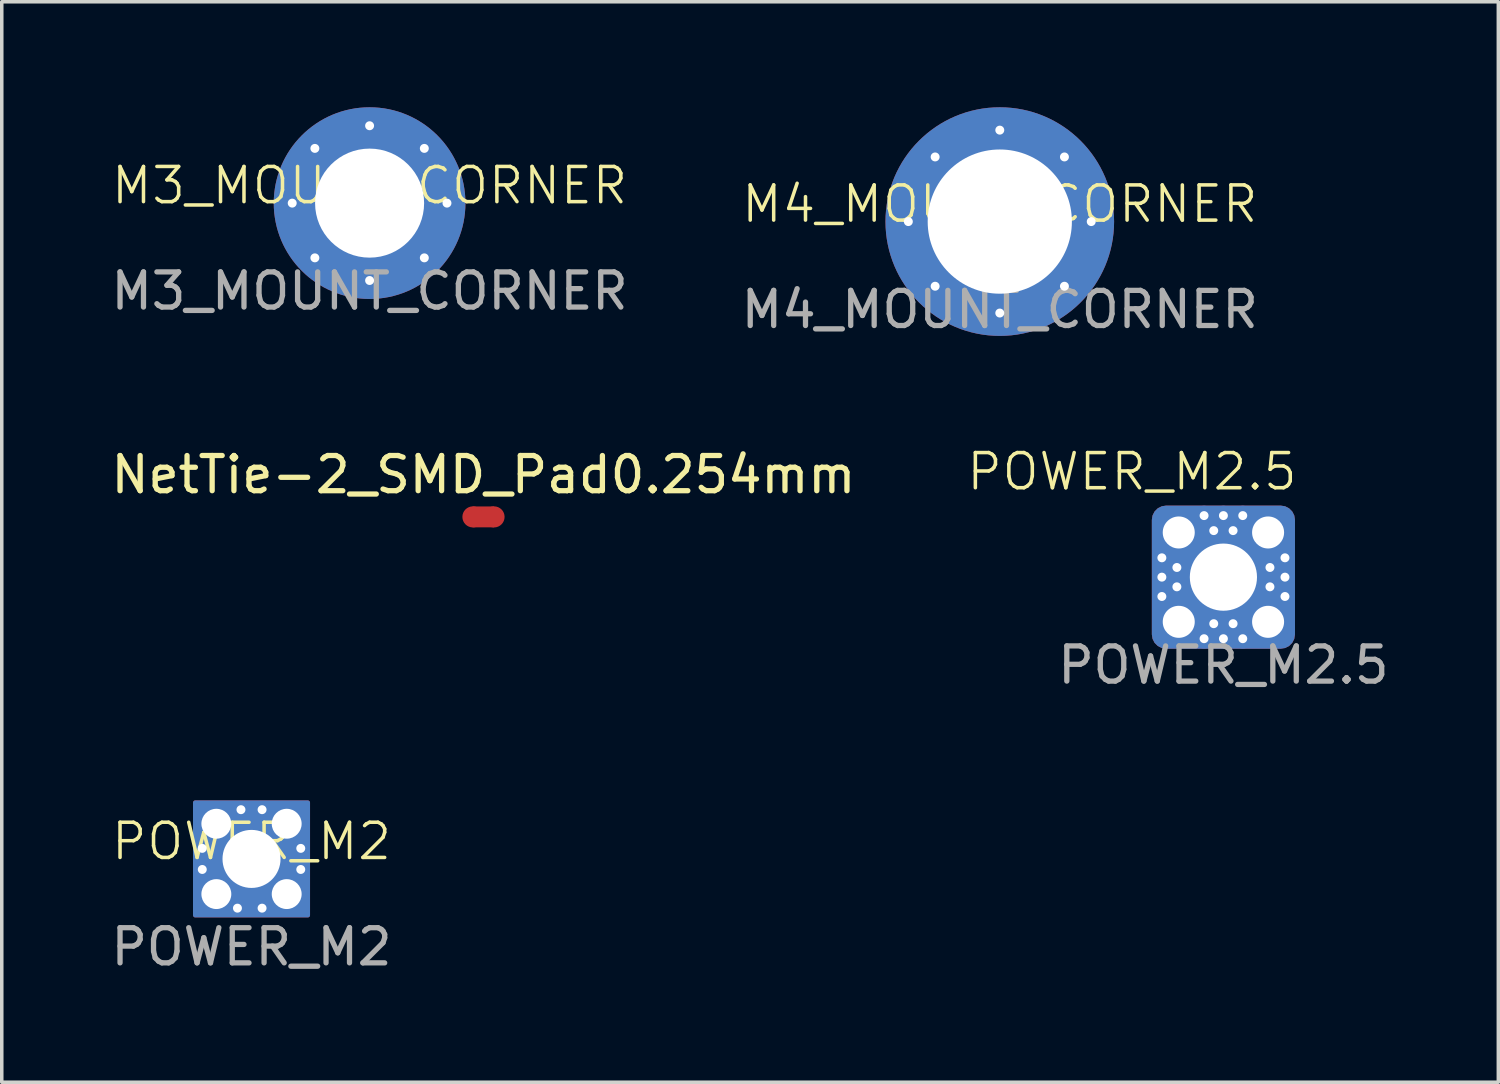
<source format=kicad_pcb>
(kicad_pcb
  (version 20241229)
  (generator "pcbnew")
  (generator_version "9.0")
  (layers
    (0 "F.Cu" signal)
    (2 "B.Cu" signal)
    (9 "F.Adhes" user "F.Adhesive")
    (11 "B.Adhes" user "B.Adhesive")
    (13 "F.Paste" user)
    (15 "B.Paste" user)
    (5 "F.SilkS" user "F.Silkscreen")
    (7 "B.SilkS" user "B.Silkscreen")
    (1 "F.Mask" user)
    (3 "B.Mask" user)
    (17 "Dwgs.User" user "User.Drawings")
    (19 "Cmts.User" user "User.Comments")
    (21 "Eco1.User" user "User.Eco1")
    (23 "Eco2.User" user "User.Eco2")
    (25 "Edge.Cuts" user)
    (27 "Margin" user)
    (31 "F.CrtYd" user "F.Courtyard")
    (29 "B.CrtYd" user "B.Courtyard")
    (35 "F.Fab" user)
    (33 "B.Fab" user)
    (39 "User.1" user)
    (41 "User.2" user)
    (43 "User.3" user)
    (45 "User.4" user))
  (footprint "POWER_M2.5"
    (layer "F.Cu")
    (at 31.733 13.359)
    (property "Reference" "POWER_M2.5" (at -2.6 -3 0) (unlocked yes) (layer "F.SilkS") (effects (font (size 1 1) (thickness 0.1))))
    (attr through_hole)
    (fp_text user "${REFERENCE}" (at 0 2.5 0) (unlocked yes) (layer "F.Fab") (effects (font (size 1 1) (thickness 0.15))))
    (pad "1" thru_hole circle (at -1.75 -0.55) (size 0.559 0.559) (drill 0.254) (layers "*.Cu" "*.Mask"))
    (pad "1" thru_hole circle (at -1.75 0) (size 0.559 0.559) (drill 0.254) (layers "*.Cu" "*.Mask"))
    (pad "1" thru_hole circle (at -1.75 0.55) (size 0.559 0.559) (drill 0.254) (layers "*.Cu" "*.Mask"))
    (pad "1" thru_hole circle (at -1.323 -0.275) (size 0.559 0.559) (drill 0.254) (layers "*.Cu" "*.Mask"))
    (pad "1" thru_hole circle (at -1.323 0.275) (size 0.559 0.559) (drill 0.254) (layers "*.Cu" "*.Mask"))
    (pad "1" thru_hole circle (at -1.27 -1.27) (size 1.255 1.255) (drill 0.91) (layers "*.Cu" "*.Mask"))
    (pad "1" thru_hole circle (at -1.27 1.27) (size 1.255 1.255) (drill 0.91) (layers "*.Cu" "*.Mask"))
    (pad "1" thru_hole circle (at -0.55 -1.75) (size 0.559 0.559) (drill 0.254) (layers "*.Cu" "*.Mask"))
    (pad "1" thru_hole circle (at -0.55 1.75) (size 0.559 0.559) (drill 0.254) (layers "*.Cu" "*.Mask"))
    (pad "1" thru_hole circle (at -0.275 -1.323) (size 0.559 0.559) (drill 0.254) (layers "*.Cu" "*.Mask"))
    (pad "1" thru_hole circle (at -0.275 1.323) (size 0.559 0.559) (drill 0.254) (layers "*.Cu" "*.Mask"))
    (pad "1" thru_hole circle (at 0 -1.75) (size 0.559 0.559) (drill 0.254) (layers "*.Cu" "*.Mask"))
    (pad "1" thru_hole roundrect (at 0 0) (size 4.07 4.07) (drill 1.91) (layers "*.Cu" "*.Mask") (roundrect_rratio 0.1))
    (pad "1" thru_hole circle (at 0 1.75) (size 0.559 0.559) (drill 0.254) (layers "*.Cu" "*.Mask"))
    (pad "1" thru_hole circle (at 0.275 -1.323) (size 0.559 0.559) (drill 0.254) (layers "*.Cu" "*.Mask"))
    (pad "1" thru_hole circle (at 0.275 1.323) (size 0.559 0.559) (drill 0.254) (layers "*.Cu" "*.Mask"))
    (pad "1" thru_hole circle (at 0.55 -1.75) (size 0.559 0.559) (drill 0.254) (layers "*.Cu" "*.Mask"))
    (pad "1" thru_hole circle (at 0.55 1.75) (size 0.559 0.559) (drill 0.254) (layers "*.Cu" "*.Mask"))
    (pad "1" thru_hole circle (at 1.27 -1.27) (size 1.255 1.255) (drill 0.91) (layers "*.Cu" "*.Mask"))
    (pad "1" thru_hole circle (at 1.27 1.27) (size 1.255 1.255) (drill 0.91) (layers "*.Cu" "*.Mask"))
    (pad "1" thru_hole circle (at 1.323 -0.275) (size 0.559 0.559) (drill 0.254) (layers "*.Cu" "*.Mask"))
    (pad "1" thru_hole circle (at 1.323 0.275) (size 0.559 0.559) (drill 0.254) (layers "*.Cu" "*.Mask"))
    (pad "1" thru_hole circle (at 1.75 -0.55) (size 0.559 0.559) (drill 0.254) (layers "*.Cu" "*.Mask"))
    (pad "1" thru_hole circle (at 1.75 0) (size 0.559 0.559) (drill 0.254) (layers "*.Cu" "*.Mask"))
    (pad "1" thru_hole circle (at 1.75 0.55) (size 0.559 0.559) (drill 0.254) (layers "*.Cu" "*.Mask")))
  (footprint "NetTie-2_SMD_Pad0.254mm"
    (layer "F.Cu")
    (at 10.696 11.646)
    (property "Reference" "NetTie-2_SMD_Pad0.254mm" (at 0 -1.2 0) (layer "F.SilkS") (effects (font (size 1 1) (thickness 0.15))))
    (attr exclude_from_pos_files exclude_from_bom)
    (fp_poly (pts (xy -0.31 -0.297) (xy 0.3 -0.297) (xy 0.3 0.297) (xy -0.31 0.297)) (stroke (width 0) (type solid)) (fill yes) (layer "F.Cu"))
    (pad "1" smd circle (at -0.3 0) (size 0.6 0.6) (layers "F.Cu"))
    (pad "2" smd circle (at 0.3 0) (size 0.6 0.6) (layers "F.Cu")))
  (footprint "M4_MOUNT_CORNER"
    (layer "F.Cu")
    (at 25.375 3.25)
    (property "Reference" "M4_MOUNT_CORNER" (at 0 -0.5 0) (unlocked yes) (layer "F.SilkS") (effects (font (size 1 1) (thickness 0.1))))
    (attr through_hole)
    (fp_text user "${REFERENCE}" (at 0 2.5 0) (unlocked yes) (layer "F.Fab") (effects (font (size 1 1) (thickness 0.15))))
    (pad "1" thru_hole circle (at -2.6 0) (size 0.458 0.458) (drill 0.254) (layers "*.Cu" "*.Mask"))
    (pad "1" thru_hole circle (at -1.838 -1.838) (size 0.458 0.458) (drill 0.254) (layers "*.Cu" "*.Mask"))
    (pad "1" thru_hole circle (at -1.838 1.838) (size 0.458 0.458) (drill 0.254) (layers "*.Cu" "*.Mask"))
    (pad "1" thru_hole circle (at 0 -2.6) (size 0.458 0.458) (drill 0.254) (layers "*.Cu" "*.Mask"))
    (pad "1" thru_hole circle (at 0 0) (size 6.5 6.5) (drill 4.1) (layers "*.Cu" "*.Mask"))
    (pad "1" thru_hole circle (at 0 2.6) (size 0.458 0.458) (drill 0.254) (layers "*.Cu" "*.Mask"))
    (pad "1" thru_hole circle (at 1.838 -1.838) (size 0.458 0.458) (drill 0.254) (layers "*.Cu" "*.Mask"))
    (pad "1" thru_hole circle (at 1.838 1.838) (size 0.458 0.458) (drill 0.254) (layers "*.Cu" "*.Mask"))
    (pad "1" thru_hole circle (at 2.6 0) (size 0.458 0.458) (drill 0.254) (layers "*.Cu" "*.Mask")))
  (footprint "POWER_M2"
    (layer "F.Cu")
    (at 4.101 21.37)
    (property "Reference" "POWER_M2" (at 0 -0.5 0) (unlocked yes) (layer "F.SilkS") (effects (font (size 1 1) (thickness 0.1))))
    (attr through_hole)
    (fp_rect (start -1.6 -1.6) (end 1.6 1.6) (stroke (width 0.127) (type solid)) (fill yes) (layer "F.Cu"))
    (fp_rect (start -1.6 -1.6) (end 1.6 1.6) (stroke (width 0.127) (type solid)) (fill yes) (layer "F.Mask"))
    (fp_rect (start -1.6 -1.6) (end 1.6 1.6) (stroke (width 0.127) (type solid)) (fill yes) (layer "B.Cu"))
    (fp_rect (start -1.6 -1.6) (end 1.6 1.6) (stroke (width 0.127) (type solid)) (fill yes) (layer "B.Mask"))
    (fp_rect (start -1.6 -1.6) (end 1.6 1.6) (stroke (width 0.127) (type solid)) (fill yes) (layer "In1.Cu"))
    (fp_rect (start -1.6 -1.6) (end 1.6 1.6) (stroke (width 0.127) (type solid)) (fill yes) (layer "In2.Cu"))
    (fp_text user "${REFERENCE}" (at 0 2.5 0) (unlocked yes) (layer "F.Fab") (effects (font (size 1 1) (thickness 0.15))))
    (pad "1" thru_hole circle (at 0 0) (size 2.7 2.7) (drill 1.65) (layers "*.Cu" "*.Mask"))
    (pad "2" thru_hole circle (at -1 -1) (size 1.2 1.2) (drill 0.85) (layers "*.Cu" "*.Mask"))
    (pad "3" thru_hole circle (at 1 -1) (size 1.2 1.2) (drill 0.85) (layers "*.Cu" "*.Mask"))
    (pad "4" thru_hole circle (at 1 1) (size 1.2 1.2) (drill 0.85) (layers "*.Cu" "*.Mask"))
    (pad "5" thru_hole circle (at -1 1) (size 1.2 1.2) (drill 0.85) (layers "*.Cu" "*.Mask"))
    (pad "6" thru_hole circle (at -0.3 -1.4) (size 0.4 0.4) (drill 0.254) (layers "*.Cu" "*.Mask"))
    (pad "7" thru_hole circle (at 0.3 -1.4) (size 0.4 0.4) (drill 0.254) (layers "*.Cu" "*.Mask"))
    (pad "8" thru_hole circle (at 1.4 -0.3) (size 0.4 0.4) (drill 0.254) (layers "*.Cu" "*.Mask"))
    (pad "9" thru_hole circle (at 1.4 0.3) (size 0.4 0.4) (drill 0.254) (layers "*.Cu" "*.Mask"))
    (pad "10" thru_hole circle (at -0.4 1.4) (size 0.4 0.4) (drill 0.254) (layers "*.Cu" "*.Mask"))
    (pad "11" thru_hole circle (at 0.3 1.4) (size 0.4 0.4) (drill 0.254) (layers "*.Cu" "*.Mask"))
    (pad "12" thru_hole circle (at -1.4 -0.3) (size 0.4 0.4) (drill 0.254) (layers "*.Cu" "*.Mask"))
    (pad "13" thru_hole circle (at -1.4 0.3) (size 0.4 0.4) (drill 0.254) (layers "*.Cu" "*.Mask")))
  (footprint "M3_MOUNT_CORNER"
    (layer "F.Cu")
    (at 7.458 2.725)
    (property "Reference" "M3_MOUNT_CORNER" (at 0 -0.5 0) (unlocked yes) (layer "F.SilkS") (effects (font (size 1 1) (thickness 0.1))))
    (attr through_hole)
    (fp_text user "${REFERENCE}" (at 0 2.5 0) (unlocked yes) (layer "F.Fab") (effects (font (size 1 1) (thickness 0.15))))
    (pad "1" thru_hole circle (at -2.2 0) (size 0.458 0.458) (drill 0.254) (layers "*.Cu" "*.Mask"))
    (pad "1" thru_hole circle (at -1.556 -1.556) (size 0.458 0.458) (drill 0.254) (layers "*.Cu" "*.Mask"))
    (pad "1" thru_hole circle (at -1.556 1.556) (size 0.458 0.458) (drill 0.254) (layers "*.Cu" "*.Mask"))
    (pad "1" thru_hole circle (at 0 -2.2) (size 0.458 0.458) (drill 0.254) (layers "*.Cu" "*.Mask"))
    (pad "1" thru_hole circle (at 0 0) (size 5.45 5.45) (drill 3.1) (layers "*.Cu" "*.Mask"))
    (pad "1" thru_hole circle (at 0 2.2) (size 0.458 0.458) (drill 0.254) (layers "*.Cu" "*.Mask"))
    (pad "1" thru_hole circle (at 1.556 -1.556) (size 0.458 0.458) (drill 0.254) (layers "*.Cu" "*.Mask"))
    (pad "1" thru_hole circle (at 1.556 1.556) (size 0.458 0.458) (drill 0.254) (layers "*.Cu" "*.Mask"))
    (pad "1" thru_hole circle (at 2.2 0) (size 0.458 0.458) (drill 0.254) (layers "*.Cu" "*.Mask")))
  (gr_rect
    (start -3 -3)
    (end 39.549 27.719)
    (stroke (width 0.1) (type default))
    (fill no)
    (layer "Edge.Cuts")))
</source>
